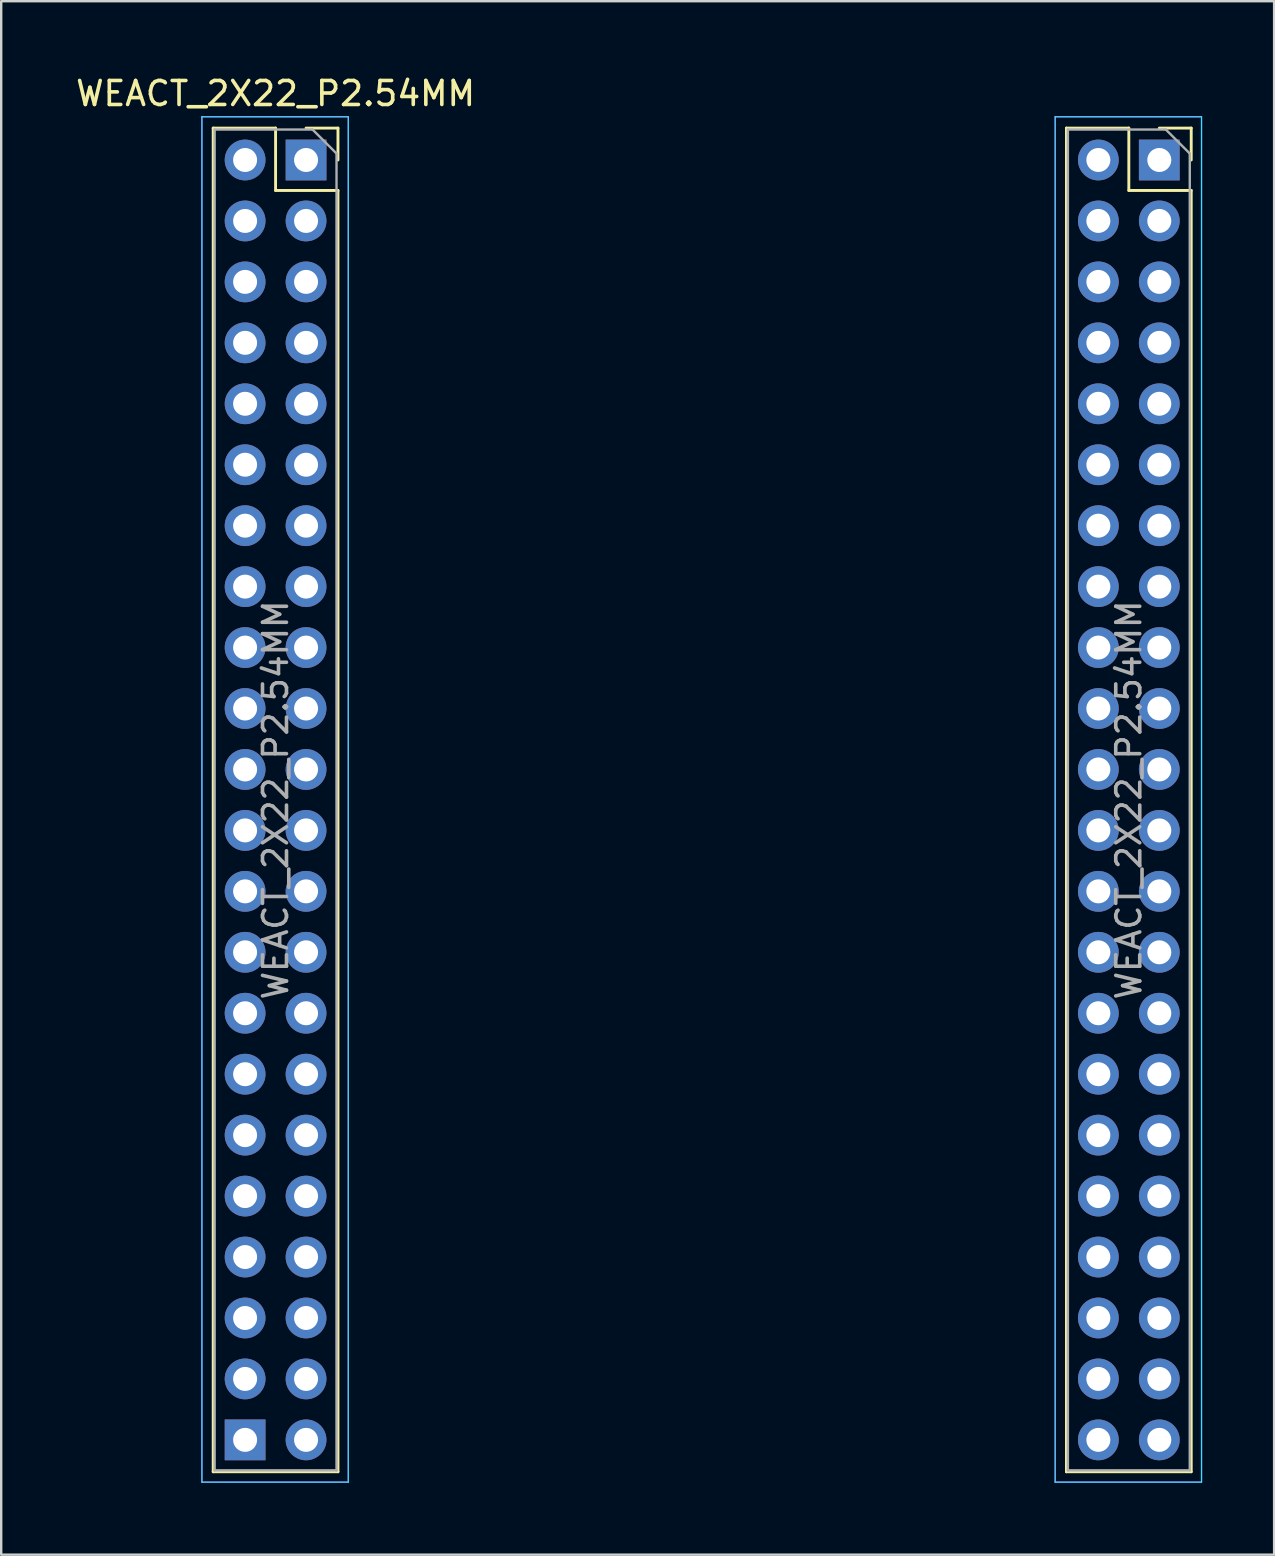
<source format=kicad_pcb>
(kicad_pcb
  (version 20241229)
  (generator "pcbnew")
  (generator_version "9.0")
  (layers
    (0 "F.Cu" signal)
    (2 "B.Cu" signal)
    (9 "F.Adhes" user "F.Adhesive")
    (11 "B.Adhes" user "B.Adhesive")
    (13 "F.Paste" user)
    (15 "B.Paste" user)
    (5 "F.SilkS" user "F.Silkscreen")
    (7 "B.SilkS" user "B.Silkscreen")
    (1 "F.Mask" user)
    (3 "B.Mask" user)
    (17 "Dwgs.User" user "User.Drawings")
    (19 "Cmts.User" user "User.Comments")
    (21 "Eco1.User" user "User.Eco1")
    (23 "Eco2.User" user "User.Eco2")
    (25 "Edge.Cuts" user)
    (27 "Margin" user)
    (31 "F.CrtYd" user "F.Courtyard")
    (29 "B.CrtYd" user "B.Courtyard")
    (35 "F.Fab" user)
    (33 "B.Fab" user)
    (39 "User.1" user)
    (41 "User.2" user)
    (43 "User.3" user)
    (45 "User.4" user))
  (footprint "WEACT_2X22_P2.54MM"
    (layer "F.Cu")
    (at 9.705 3.618)
    (property "Reference" "WEACT_2X22_P2.54MM" (at -1.27 -2.77 0) (layer "F.SilkS") (effects (font (size 1 1) (thickness 0.15))))
    (attr through_hole)
    (fp_line (start -3.87 -1.33) (end -3.87 54.67) (stroke (width 0.12) (type solid)) (layer "F.SilkS"))
    (fp_line (start -3.87 -1.33) (end -1.27 -1.33) (stroke (width 0.12) (type solid)) (layer "F.SilkS"))
    (fp_line (start -3.87 54.67) (end 1.33 54.67) (stroke (width 0.12) (type solid)) (layer "F.SilkS"))
    (fp_line (start -1.27 -1.33) (end -1.27 1.27) (stroke (width 0.12) (type solid)) (layer "F.SilkS"))
    (fp_line (start -1.27 1.27) (end 1.33 1.27) (stroke (width 0.12) (type solid)) (layer "F.SilkS"))
    (fp_line (start 0 -1.33) (end 1.33 -1.33) (stroke (width 0.12) (type solid)) (layer "F.SilkS"))
    (fp_line (start 1.33 -1.33) (end 1.33 0) (stroke (width 0.12) (type solid)) (layer "F.SilkS"))
    (fp_line (start 1.33 1.27) (end 1.33 54.67) (stroke (width 0.12) (type solid)) (layer "F.SilkS"))
    (fp_line (start 31.69 -1.33) (end 31.69 54.67) (stroke (width 0.12) (type solid)) (layer "F.SilkS"))
    (fp_line (start 31.69 -1.33) (end 34.29 -1.33) (stroke (width 0.12) (type solid)) (layer "F.SilkS"))
    (fp_line (start 31.69 54.67) (end 36.89 54.67) (stroke (width 0.12) (type solid)) (layer "F.SilkS"))
    (fp_line (start 34.29 -1.33) (end 34.29 1.27) (stroke (width 0.12) (type solid)) (layer "F.SilkS"))
    (fp_line (start 34.29 1.27) (end 36.89 1.27) (stroke (width 0.12) (type solid)) (layer "F.SilkS"))
    (fp_line (start 35.56 -1.33) (end 36.89 -1.33) (stroke (width 0.12) (type solid)) (layer "F.SilkS"))
    (fp_line (start 36.89 -1.33) (end 36.89 0) (stroke (width 0.12) (type solid)) (layer "F.SilkS"))
    (fp_line (start 36.89 1.27) (end 36.89 54.67) (stroke (width 0.12) (type solid)) (layer "F.SilkS"))
    (fp_line (start -4.34 -1.8) (end -4.34 55.1) (stroke (width 0.05) (type solid)) (layer "B.CrtYd"))
    (fp_line (start -4.34 55.1) (end 1.76 55.1) (stroke (width 0.05) (type solid)) (layer "B.CrtYd"))
    (fp_line (start 1.76 -1.8) (end -4.34 -1.8) (stroke (width 0.05) (type solid)) (layer "B.CrtYd"))
    (fp_line (start 1.76 55.1) (end 1.76 -1.8) (stroke (width 0.05) (type solid)) (layer "B.CrtYd"))
    (fp_line (start 31.22 -1.8) (end 31.22 55.1) (stroke (width 0.05) (type solid)) (layer "B.CrtYd"))
    (fp_line (start 31.22 55.1) (end 37.32 55.1) (stroke (width 0.05) (type solid)) (layer "B.CrtYd"))
    (fp_line (start 37.32 -1.8) (end 31.22 -1.8) (stroke (width 0.05) (type solid)) (layer "B.CrtYd"))
    (fp_line (start 37.32 55.1) (end 37.32 -1.8) (stroke (width 0.05) (type solid)) (layer "B.CrtYd"))
    (fp_line (start -4.34 -1.8) (end 1.76 -1.8) (stroke (width 0.05) (type solid)) (layer "F.CrtYd"))
    (fp_line (start -4.34 55.1) (end -4.34 -1.8) (stroke (width 0.05) (type solid)) (layer "F.CrtYd"))
    (fp_line (start 1.76 -1.8) (end 1.76 55.1) (stroke (width 0.05) (type solid)) (layer "F.CrtYd"))
    (fp_line (start 1.76 55.1) (end -4.34 55.1) (stroke (width 0.05) (type solid)) (layer "F.CrtYd"))
    (fp_line (start 31.22 -1.8) (end 37.32 -1.8) (stroke (width 0.05) (type solid)) (layer "F.CrtYd"))
    (fp_line (start 31.22 55.1) (end 31.22 -1.8) (stroke (width 0.05) (type solid)) (layer "F.CrtYd"))
    (fp_line (start 37.32 -1.8) (end 37.32 55.1) (stroke (width 0.05) (type solid)) (layer "F.CrtYd"))
    (fp_line (start 37.32 55.1) (end 31.22 55.1) (stroke (width 0.05) (type solid)) (layer "F.CrtYd"))
    (fp_line (start -3.81 -1.27) (end 0.27 -1.27) (stroke (width 0.1) (type solid)) (layer "F.Fab"))
    (fp_line (start -3.81 54.61) (end -3.81 -1.27) (stroke (width 0.1) (type solid)) (layer "F.Fab"))
    (fp_line (start 0.27 -1.27) (end 1.27 -0.27) (stroke (width 0.1) (type solid)) (layer "F.Fab"))
    (fp_line (start 1.27 -0.27) (end 1.27 54.61) (stroke (width 0.1) (type solid)) (layer "F.Fab"))
    (fp_line (start 1.27 54.61) (end -3.81 54.61) (stroke (width 0.1) (type solid)) (layer "F.Fab"))
    (fp_line (start 31.75 -1.27) (end 35.83 -1.27) (stroke (width 0.1) (type solid)) (layer "F.Fab"))
    (fp_line (start 31.75 54.61) (end 31.75 -1.27) (stroke (width 0.1) (type solid)) (layer "F.Fab"))
    (fp_line (start 35.83 -1.27) (end 36.83 -0.27) (stroke (width 0.1) (type solid)) (layer "F.Fab"))
    (fp_line (start 36.83 -0.27) (end 36.83 54.61) (stroke (width 0.1) (type solid)) (layer "F.Fab"))
    (fp_line (start 36.83 54.61) (end 31.75 54.61) (stroke (width 0.1) (type solid)) (layer "F.Fab"))
    (fp_text user "${REFERENCE}" (at 34.29 26.67 90) (layer "F.Fab") (effects (font (size 1 1) (thickness 0.15))))
    (fp_text user "${REFERENCE}" (at -1.27 26.67 90) (layer "F.Fab") (effects (font (size 1 1) (thickness 0.15))))
    (pad "1" thru_hole rect (at 0 0) (size 1.7 1.7) (drill 1) (layers "*.Cu" "*.Mask"))
    (pad "2" thru_hole oval (at -2.54 0) (size 1.7 1.7) (drill 1) (layers "*.Cu" "*.Mask"))
    (pad "3" thru_hole oval (at 0 2.54) (size 1.7 1.7) (drill 1) (layers "*.Cu" "*.Mask"))
    (pad "4" thru_hole oval (at -2.54 2.54) (size 1.7 1.7) (drill 1) (layers "*.Cu" "*.Mask"))
    (pad "5" thru_hole oval (at 0 5.08) (size 1.7 1.7) (drill 1) (layers "*.Cu" "*.Mask"))
    (pad "6" thru_hole oval (at -2.54 5.08) (size 1.7 1.7) (drill 1) (layers "*.Cu" "*.Mask"))
    (pad "7" thru_hole oval (at 0 7.62) (size 1.7 1.7) (drill 1) (layers "*.Cu" "*.Mask"))
    (pad "8" thru_hole oval (at -2.54 7.62) (size 1.7 1.7) (drill 1) (layers "*.Cu" "*.Mask"))
    (pad "9" thru_hole oval (at 0 10.16) (size 1.7 1.7) (drill 1) (layers "*.Cu" "*.Mask"))
    (pad "10" thru_hole oval (at -2.54 10.16) (size 1.7 1.7) (drill 1) (layers "*.Cu" "*.Mask"))
    (pad "11" thru_hole oval (at 0 12.7) (size 1.7 1.7) (drill 1) (layers "*.Cu" "*.Mask"))
    (pad "12" thru_hole oval (at -2.54 12.7) (size 1.7 1.7) (drill 1) (layers "*.Cu" "*.Mask"))
    (pad "13" thru_hole oval (at 0 15.24) (size 1.7 1.7) (drill 1) (layers "*.Cu" "*.Mask"))
    (pad "14" thru_hole oval (at -2.54 15.24) (size 1.7 1.7) (drill 1) (layers "*.Cu" "*.Mask"))
    (pad "15" thru_hole oval (at 0 17.78) (size 1.7 1.7) (drill 1) (layers "*.Cu" "*.Mask"))
    (pad "16" thru_hole oval (at -2.54 17.78) (size 1.7 1.7) (drill 1) (layers "*.Cu" "*.Mask"))
    (pad "17" thru_hole oval (at 0 20.32) (size 1.7 1.7) (drill 1) (layers "*.Cu" "*.Mask"))
    (pad "18" thru_hole oval (at -2.54 20.32) (size 1.7 1.7) (drill 1) (layers "*.Cu" "*.Mask"))
    (pad "19" thru_hole oval (at 0 22.86) (size 1.7 1.7) (drill 1) (layers "*.Cu" "*.Mask"))
    (pad "20" thru_hole oval (at -2.54 22.86) (size 1.7 1.7) (drill 1) (layers "*.Cu" "*.Mask"))
    (pad "21" thru_hole oval (at 0 25.4) (size 1.7 1.7) (drill 1) (layers "*.Cu" "*.Mask"))
    (pad "22" thru_hole oval (at -2.54 25.4) (size 1.7 1.7) (drill 1) (layers "*.Cu" "*.Mask"))
    (pad "23" thru_hole oval (at 0 27.94) (size 1.7 1.7) (drill 1) (layers "*.Cu" "*.Mask"))
    (pad "24" thru_hole oval (at -2.54 27.94) (size 1.7 1.7) (drill 1) (layers "*.Cu" "*.Mask"))
    (pad "25" thru_hole oval (at 0 30.48) (size 1.7 1.7) (drill 1) (layers "*.Cu" "*.Mask"))
    (pad "26" thru_hole oval (at -2.54 30.48) (size 1.7 1.7) (drill 1) (layers "*.Cu" "*.Mask"))
    (pad "27" thru_hole oval (at 0 33.02) (size 1.7 1.7) (drill 1) (layers "*.Cu" "*.Mask"))
    (pad "28" thru_hole oval (at -2.54 33.02) (size 1.7 1.7) (drill 1) (layers "*.Cu" "*.Mask"))
    (pad "29" thru_hole oval (at 0 35.56) (size 1.7 1.7) (drill 1) (layers "*.Cu" "*.Mask"))
    (pad "30" thru_hole oval (at -2.54 35.56) (size 1.7 1.7) (drill 1) (layers "*.Cu" "*.Mask"))
    (pad "31" thru_hole oval (at 0 38.1) (size 1.7 1.7) (drill 1) (layers "*.Cu" "*.Mask"))
    (pad "32" thru_hole oval (at -2.54 38.1) (size 1.7 1.7) (drill 1) (layers "*.Cu" "*.Mask"))
    (pad "33" thru_hole oval (at 0 40.64) (size 1.7 1.7) (drill 1) (layers "*.Cu" "*.Mask"))
    (pad "34" thru_hole oval (at -2.54 40.64) (size 1.7 1.7) (drill 1) (layers "*.Cu" "*.Mask"))
    (pad "35" thru_hole oval (at 0 43.18) (size 1.7 1.7) (drill 1) (layers "*.Cu" "*.Mask"))
    (pad "36" thru_hole oval (at -2.54 43.18) (size 1.7 1.7) (drill 1) (layers "*.Cu" "*.Mask"))
    (pad "37" thru_hole oval (at 0 45.72) (size 1.7 1.7) (drill 1) (layers "*.Cu" "*.Mask"))
    (pad "38" thru_hole oval (at -2.54 45.72) (size 1.7 1.7) (drill 1) (layers "*.Cu" "*.Mask"))
    (pad "39" thru_hole oval (at 0 48.26) (size 1.7 1.7) (drill 1) (layers "*.Cu" "*.Mask"))
    (pad "40" thru_hole oval (at -2.54 48.26) (size 1.7 1.7) (drill 1) (layers "*.Cu" "*.Mask"))
    (pad "41" thru_hole oval (at 0 50.8) (size 1.7 1.7) (drill 1) (layers "*.Cu" "*.Mask"))
    (pad "42" thru_hole oval (at -2.54 50.8) (size 1.7 1.7) (drill 1) (layers "*.Cu" "*.Mask"))
    (pad "43" thru_hole oval (at 0 53.34) (size 1.7 1.7) (drill 1) (layers "*.Cu" "*.Mask"))
    (pad "44" thru_hole rect (at -2.54 53.34) (size 1.7 1.7) (drill 1) (layers "*.Cu" "*.Mask"))
    (pad "45" thru_hole rect (at 35.56 0) (size 1.7 1.7) (drill 1) (layers "*.Cu" "*.Mask"))
    (pad "46" thru_hole oval (at 33.02 0) (size 1.7 1.7) (drill 1) (layers "*.Cu" "*.Mask"))
    (pad "47" thru_hole oval (at 35.56 2.54) (size 1.7 1.7) (drill 1) (layers "*.Cu" "*.Mask"))
    (pad "48" thru_hole oval (at 33.02 2.54) (size 1.7 1.7) (drill 1) (layers "*.Cu" "*.Mask"))
    (pad "49" thru_hole oval (at 35.56 5.08) (size 1.7 1.7) (drill 1) (layers "*.Cu" "*.Mask"))
    (pad "50" thru_hole oval (at 33.02 5.08) (size 1.7 1.7) (drill 1) (layers "*.Cu" "*.Mask"))
    (pad "51" thru_hole oval (at 35.56 7.62) (size 1.7 1.7) (drill 1) (layers "*.Cu" "*.Mask"))
    (pad "52" thru_hole oval (at 33.02 7.62) (size 1.7 1.7) (drill 1) (layers "*.Cu" "*.Mask"))
    (pad "53" thru_hole oval (at 35.56 10.16) (size 1.7 1.7) (drill 1) (layers "*.Cu" "*.Mask"))
    (pad "54" thru_hole oval (at 33.02 10.16) (size 1.7 1.7) (drill 1) (layers "*.Cu" "*.Mask"))
    (pad "55" thru_hole oval (at 35.56 12.7) (size 1.7 1.7) (drill 1) (layers "*.Cu" "*.Mask"))
    (pad "56" thru_hole oval (at 33.02 12.7) (size 1.7 1.7) (drill 1) (layers "*.Cu" "*.Mask"))
    (pad "57" thru_hole oval (at 35.56 15.24) (size 1.7 1.7) (drill 1) (layers "*.Cu" "*.Mask"))
    (pad "58" thru_hole oval (at 33.02 15.24) (size 1.7 1.7) (drill 1) (layers "*.Cu" "*.Mask"))
    (pad "59" thru_hole oval (at 35.56 17.78) (size 1.7 1.7) (drill 1) (layers "*.Cu" "*.Mask"))
    (pad "60" thru_hole oval (at 33.02 17.78) (size 1.7 1.7) (drill 1) (layers "*.Cu" "*.Mask"))
    (pad "61" thru_hole oval (at 35.56 20.32) (size 1.7 1.7) (drill 1) (layers "*.Cu" "*.Mask"))
    (pad "62" thru_hole oval (at 33.02 20.32) (size 1.7 1.7) (drill 1) (layers "*.Cu" "*.Mask"))
    (pad "63" thru_hole oval (at 35.56 22.86) (size 1.7 1.7) (drill 1) (layers "*.Cu" "*.Mask"))
    (pad "64" thru_hole oval (at 33.02 22.86) (size 1.7 1.7) (drill 1) (layers "*.Cu" "*.Mask"))
    (pad "65" thru_hole oval (at 35.56 25.4) (size 1.7 1.7) (drill 1) (layers "*.Cu" "*.Mask"))
    (pad "66" thru_hole oval (at 33.02 25.4) (size 1.7 1.7) (drill 1) (layers "*.Cu" "*.Mask"))
    (pad "67" thru_hole oval (at 35.56 27.94) (size 1.7 1.7) (drill 1) (layers "*.Cu" "*.Mask"))
    (pad "68" thru_hole oval (at 33.02 27.94) (size 1.7 1.7) (drill 1) (layers "*.Cu" "*.Mask"))
    (pad "69" thru_hole oval (at 35.56 30.48) (size 1.7 1.7) (drill 1) (layers "*.Cu" "*.Mask"))
    (pad "70" thru_hole oval (at 33.02 30.48) (size 1.7 1.7) (drill 1) (layers "*.Cu" "*.Mask"))
    (pad "71" thru_hole oval (at 35.56 33.02) (size 1.7 1.7) (drill 1) (layers "*.Cu" "*.Mask"))
    (pad "72" thru_hole oval (at 33.02 33.02) (size 1.7 1.7) (drill 1) (layers "*.Cu" "*.Mask"))
    (pad "73" thru_hole oval (at 35.56 35.56) (size 1.7 1.7) (drill 1) (layers "*.Cu" "*.Mask"))
    (pad "74" thru_hole oval (at 33.02 35.56) (size 1.7 1.7) (drill 1) (layers "*.Cu" "*.Mask"))
    (pad "75" thru_hole oval (at 35.56 38.1) (size 1.7 1.7) (drill 1) (layers "*.Cu" "*.Mask"))
    (pad "76" thru_hole oval (at 33.02 38.1) (size 1.7 1.7) (drill 1) (layers "*.Cu" "*.Mask"))
    (pad "77" thru_hole oval (at 35.56 40.64) (size 1.7 1.7) (drill 1) (layers "*.Cu" "*.Mask"))
    (pad "78" thru_hole oval (at 33.02 40.64) (size 1.7 1.7) (drill 1) (layers "*.Cu" "*.Mask"))
    (pad "79" thru_hole oval (at 35.56 43.18) (size 1.7 1.7) (drill 1) (layers "*.Cu" "*.Mask"))
    (pad "80" thru_hole oval (at 33.02 43.18) (size 1.7 1.7) (drill 1) (layers "*.Cu" "*.Mask"))
    (pad "81" thru_hole oval (at 35.56 45.72) (size 1.7 1.7) (drill 1) (layers "*.Cu" "*.Mask"))
    (pad "82" thru_hole oval (at 33.02 45.72) (size 1.7 1.7) (drill 1) (layers "*.Cu" "*.Mask"))
    (pad "83" thru_hole oval (at 35.56 48.26) (size 1.7 1.7) (drill 1) (layers "*.Cu" "*.Mask"))
    (pad "84" thru_hole oval (at 33.02 48.26) (size 1.7 1.7) (drill 1) (layers "*.Cu" "*.Mask"))
    (pad "85" thru_hole oval (at 35.56 50.8) (size 1.7 1.7) (drill 1) (layers "*.Cu" "*.Mask"))
    (pad "86" thru_hole oval (at 33.02 50.8) (size 1.7 1.7) (drill 1) (layers "*.Cu" "*.Mask"))
    (pad "87" thru_hole oval (at 35.56 53.34) (size 1.7 1.7) (drill 1) (layers "*.Cu" "*.Mask"))
    (pad "88" thru_hole oval (at 33.02 53.34) (size 1.7 1.7) (drill 1) (layers "*.Cu" "*.Mask")))
  (gr_rect
    (start -3 -3)
    (end 50.05 61.743)
    (stroke (width 0.1) (type default))
    (fill no)
    (layer "Edge.Cuts")))
</source>
